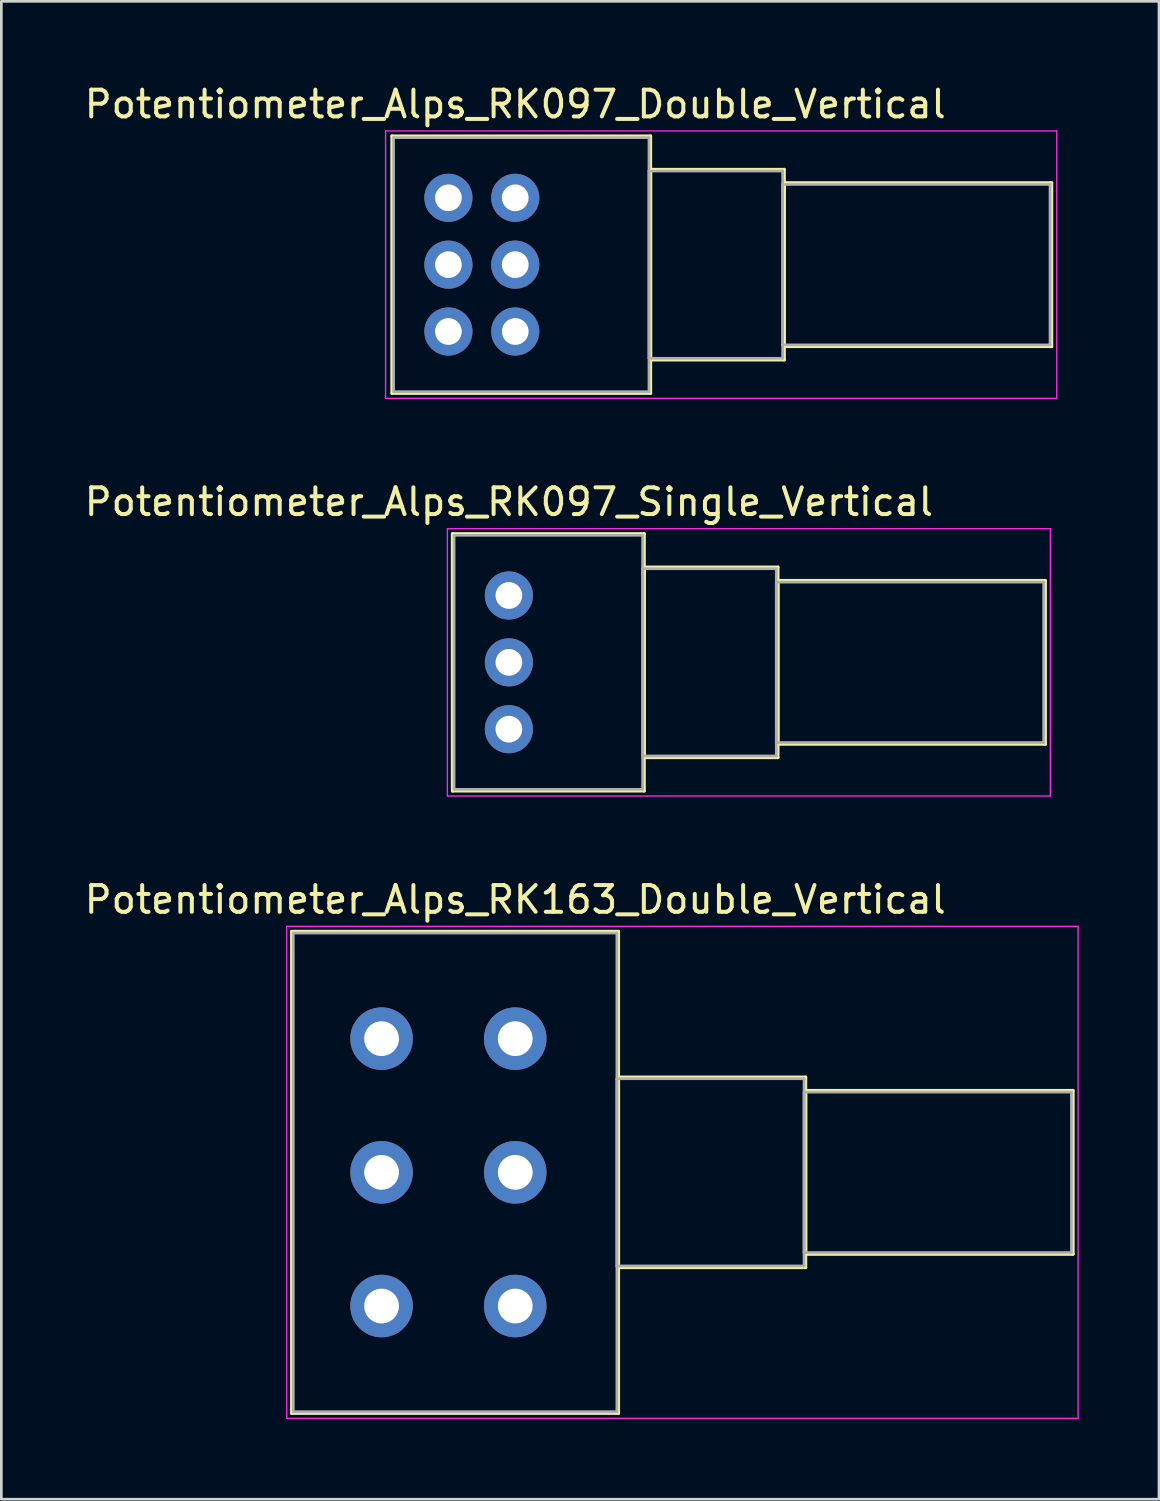
<source format=kicad_pcb>
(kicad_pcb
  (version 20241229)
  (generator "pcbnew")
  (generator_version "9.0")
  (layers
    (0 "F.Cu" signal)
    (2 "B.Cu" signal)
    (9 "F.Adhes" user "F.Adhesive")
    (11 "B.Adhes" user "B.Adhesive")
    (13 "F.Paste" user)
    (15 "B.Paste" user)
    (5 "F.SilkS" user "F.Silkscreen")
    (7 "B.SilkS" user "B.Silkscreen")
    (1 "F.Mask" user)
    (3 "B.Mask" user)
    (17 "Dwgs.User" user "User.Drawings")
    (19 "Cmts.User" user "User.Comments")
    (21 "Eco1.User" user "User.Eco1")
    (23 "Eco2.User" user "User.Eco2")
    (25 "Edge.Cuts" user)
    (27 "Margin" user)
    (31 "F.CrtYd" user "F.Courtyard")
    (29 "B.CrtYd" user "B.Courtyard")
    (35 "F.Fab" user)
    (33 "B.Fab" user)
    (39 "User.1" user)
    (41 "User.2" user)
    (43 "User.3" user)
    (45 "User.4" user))
  (footprint "Potentiometer_Alps_RK163_Double_Vertical"
    (layer "F.Cu")
    (at 16.22 45.795)
    (property "Reference" "Potentiometer_Alps_RK163_Double_Vertical" (at 0 -15.2 0) (layer "F.SilkS") (effects (font (size 1 1) (thickness 0.15))))
    (attr through_hole)
    (fp_line (start -8.361 -14.01) (end -8.361 4.011) (stroke (width 0.12) (type solid)) (layer "F.SilkS"))
    (fp_line (start -8.361 -14.01) (end 3.86 -14.01) (stroke (width 0.12) (type solid)) (layer "F.SilkS"))
    (fp_line (start -8.361 4.011) (end 3.86 4.011) (stroke (width 0.12) (type solid)) (layer "F.SilkS"))
    (fp_line (start 3.86 -14.01) (end 3.86 4.011) (stroke (width 0.12) (type solid)) (layer "F.SilkS"))
    (fp_line (start 3.86 -8.56) (end 3.86 -1.44) (stroke (width 0.12) (type solid)) (layer "F.SilkS"))
    (fp_line (start 3.86 -8.56) (end 10.86 -8.56) (stroke (width 0.12) (type solid)) (layer "F.SilkS"))
    (fp_line (start 3.86 -1.44) (end 10.86 -1.44) (stroke (width 0.12) (type solid)) (layer "F.SilkS"))
    (fp_line (start 10.86 -8.56) (end 10.86 -1.44) (stroke (width 0.12) (type solid)) (layer "F.SilkS"))
    (fp_line (start 10.86 -8.06) (end 10.86 -1.94) (stroke (width 0.12) (type solid)) (layer "F.SilkS"))
    (fp_line (start 10.86 -8.06) (end 20.86 -8.06) (stroke (width 0.12) (type solid)) (layer "F.SilkS"))
    (fp_line (start 10.86 -1.94) (end 20.86 -1.94) (stroke (width 0.12) (type solid)) (layer "F.SilkS"))
    (fp_line (start 20.86 -8.06) (end 20.86 -1.94) (stroke (width 0.12) (type solid)) (layer "F.SilkS"))
    (fp_line (start -8.55 -14.2) (end -8.55 4.2) (stroke (width 0.05) (type solid)) (layer "F.CrtYd"))
    (fp_line (start -8.55 4.2) (end 21.05 4.2) (stroke (width 0.05) (type solid)) (layer "F.CrtYd"))
    (fp_line (start 21.05 -14.2) (end -8.55 -14.2) (stroke (width 0.05) (type solid)) (layer "F.CrtYd"))
    (fp_line (start 21.05 4.2) (end 21.05 -14.2) (stroke (width 0.05) (type solid)) (layer "F.CrtYd"))
    (fp_line (start -8.3 -13.95) (end -8.3 3.95) (stroke (width 0.1) (type solid)) (layer "F.Fab"))
    (fp_line (start -8.3 3.95) (end 3.8 3.95) (stroke (width 0.1) (type solid)) (layer "F.Fab"))
    (fp_line (start 3.8 -13.95) (end -8.3 -13.95) (stroke (width 0.1) (type solid)) (layer "F.Fab"))
    (fp_line (start 3.8 -8.5) (end 3.8 -1.5) (stroke (width 0.1) (type solid)) (layer "F.Fab"))
    (fp_line (start 3.8 -1.5) (end 10.8 -1.5) (stroke (width 0.1) (type solid)) (layer "F.Fab"))
    (fp_line (start 3.8 3.95) (end 3.8 -13.95) (stroke (width 0.1) (type solid)) (layer "F.Fab"))
    (fp_line (start 10.8 -8.5) (end 3.8 -8.5) (stroke (width 0.1) (type solid)) (layer "F.Fab"))
    (fp_line (start 10.8 -8) (end 10.8 -2) (stroke (width 0.1) (type solid)) (layer "F.Fab"))
    (fp_line (start 10.8 -2) (end 20.8 -2) (stroke (width 0.1) (type solid)) (layer "F.Fab"))
    (fp_line (start 10.8 -1.5) (end 10.8 -8.5) (stroke (width 0.1) (type solid)) (layer "F.Fab"))
    (fp_line (start 20.8 -8) (end 10.8 -8) (stroke (width 0.1) (type solid)) (layer "F.Fab"))
    (fp_line (start 20.8 -2) (end 20.8 -8) (stroke (width 0.1) (type solid)) (layer "F.Fab"))
    (pad "1" thru_hole circle (at 0 0) (size 2.34 2.34) (drill 1.3) (layers "*.Cu" "*.Mask"))
    (pad "2" thru_hole circle (at 0 -5) (size 2.34 2.34) (drill 1.3) (layers "*.Cu" "*.Mask"))
    (pad "3" thru_hole circle (at 0 -10) (size 2.34 2.34) (drill 1.3) (layers "*.Cu" "*.Mask"))
    (pad "4" thru_hole circle (at -5 0) (size 2.34 2.34) (drill 1.3) (layers "*.Cu" "*.Mask"))
    (pad "5" thru_hole circle (at -5 -5) (size 2.34 2.34) (drill 1.3) (layers "*.Cu" "*.Mask"))
    (pad "6" thru_hole circle (at -5 -10) (size 2.34 2.34) (drill 1.3) (layers "*.Cu" "*.Mask")))
  (footprint "Potentiometer_Alps_RK097_Double_Vertical"
    (layer "F.Cu")
    (at 16.22 9.348)
    (property "Reference" "Potentiometer_Alps_RK097_Double_Vertical" (at 0 -8.5 0) (layer "F.SilkS") (effects (font (size 1 1) (thickness 0.15))))
    (attr through_hole)
    (fp_line (start -4.61 -7.31) (end -4.61 2.31) (stroke (width 0.12) (type solid)) (layer "F.SilkS"))
    (fp_line (start -4.61 -7.31) (end 5.06 -7.31) (stroke (width 0.12) (type solid)) (layer "F.SilkS"))
    (fp_line (start -4.61 2.31) (end 5.06 2.31) (stroke (width 0.12) (type solid)) (layer "F.SilkS"))
    (fp_line (start 5.06 -7.31) (end 5.06 2.31) (stroke (width 0.12) (type solid)) (layer "F.SilkS"))
    (fp_line (start 5.06 -6.06) (end 5.06 1.06) (stroke (width 0.12) (type solid)) (layer "F.SilkS"))
    (fp_line (start 5.06 -6.06) (end 10.06 -6.06) (stroke (width 0.12) (type solid)) (layer "F.SilkS"))
    (fp_line (start 5.06 1.06) (end 10.06 1.06) (stroke (width 0.12) (type solid)) (layer "F.SilkS"))
    (fp_line (start 10.06 -6.06) (end 10.06 1.06) (stroke (width 0.12) (type solid)) (layer "F.SilkS"))
    (fp_line (start 10.06 -5.56) (end 10.06 0.56) (stroke (width 0.12) (type solid)) (layer "F.SilkS"))
    (fp_line (start 10.06 -5.56) (end 20.06 -5.56) (stroke (width 0.12) (type solid)) (layer "F.SilkS"))
    (fp_line (start 10.06 0.56) (end 20.06 0.56) (stroke (width 0.12) (type solid)) (layer "F.SilkS"))
    (fp_line (start 20.06 -5.56) (end 20.06 0.56) (stroke (width 0.12) (type solid)) (layer "F.SilkS"))
    (fp_line (start -4.85 -7.5) (end -4.85 2.5) (stroke (width 0.05) (type solid)) (layer "F.CrtYd"))
    (fp_line (start -4.85 2.5) (end 20.25 2.5) (stroke (width 0.05) (type solid)) (layer "F.CrtYd"))
    (fp_line (start 20.25 -7.5) (end -4.85 -7.5) (stroke (width 0.05) (type solid)) (layer "F.CrtYd"))
    (fp_line (start 20.25 2.5) (end 20.25 -7.5) (stroke (width 0.05) (type solid)) (layer "F.CrtYd"))
    (fp_line (start -4.55 -7.25) (end -4.55 2.25) (stroke (width 0.1) (type solid)) (layer "F.Fab"))
    (fp_line (start -4.55 2.25) (end 5 2.25) (stroke (width 0.1) (type solid)) (layer "F.Fab"))
    (fp_line (start 5 -7.25) (end -4.55 -7.25) (stroke (width 0.1) (type solid)) (layer "F.Fab"))
    (fp_line (start 5 -6) (end 5 1) (stroke (width 0.1) (type solid)) (layer "F.Fab"))
    (fp_line (start 5 1) (end 10 1) (stroke (width 0.1) (type solid)) (layer "F.Fab"))
    (fp_line (start 5 2.25) (end 5 -7.25) (stroke (width 0.1) (type solid)) (layer "F.Fab"))
    (fp_line (start 10 -6) (end 5 -6) (stroke (width 0.1) (type solid)) (layer "F.Fab"))
    (fp_line (start 10 -5.5) (end 10 0.5) (stroke (width 0.1) (type solid)) (layer "F.Fab"))
    (fp_line (start 10 0.5) (end 20 0.5) (stroke (width 0.1) (type solid)) (layer "F.Fab"))
    (fp_line (start 10 1) (end 10 -6) (stroke (width 0.1) (type solid)) (layer "F.Fab"))
    (fp_line (start 20 -5.5) (end 10 -5.5) (stroke (width 0.1) (type solid)) (layer "F.Fab"))
    (fp_line (start 20 0.5) (end 20 -5.5) (stroke (width 0.1) (type solid)) (layer "F.Fab"))
    (pad "1" thru_hole circle (at 0 0) (size 1.8 1.8) (drill 1) (layers "*.Cu" "*.Mask"))
    (pad "2" thru_hole circle (at 0 -2.5) (size 1.8 1.8) (drill 1) (layers "*.Cu" "*.Mask"))
    (pad "3" thru_hole circle (at 0 -5) (size 1.8 1.8) (drill 1) (layers "*.Cu" "*.Mask"))
    (pad "4" thru_hole circle (at -2.5 0) (size 1.8 1.8) (drill 1) (layers "*.Cu" "*.Mask"))
    (pad "5" thru_hole circle (at -2.5 -2.5) (size 1.8 1.8) (drill 1) (layers "*.Cu" "*.Mask"))
    (pad "6" thru_hole circle (at -2.5 -5) (size 1.8 1.8) (drill 1) (layers "*.Cu" "*.Mask")))
  (footprint "Potentiometer_Alps_RK097_Single_Vertical"
    (layer "F.Cu")
    (at 15.982 24.221)
    (property "Reference" "Potentiometer_Alps_RK097_Single_Vertical" (at 0 -8.5 0) (layer "F.SilkS") (effects (font (size 1 1) (thickness 0.15))))
    (attr through_hole)
    (fp_line (start -2.11 -7.31) (end -2.11 2.31) (stroke (width 0.12) (type solid)) (layer "F.SilkS"))
    (fp_line (start -2.11 -7.31) (end 5.06 -7.31) (stroke (width 0.12) (type solid)) (layer "F.SilkS"))
    (fp_line (start -2.11 2.31) (end 5.06 2.31) (stroke (width 0.12) (type solid)) (layer "F.SilkS"))
    (fp_line (start 5.06 -7.31) (end 5.06 2.31) (stroke (width 0.12) (type solid)) (layer "F.SilkS"))
    (fp_line (start 5.06 -6.06) (end 5.06 1.06) (stroke (width 0.12) (type solid)) (layer "F.SilkS"))
    (fp_line (start 5.06 -6.06) (end 10.06 -6.06) (stroke (width 0.12) (type solid)) (layer "F.SilkS"))
    (fp_line (start 5.06 1.06) (end 10.06 1.06) (stroke (width 0.12) (type solid)) (layer "F.SilkS"))
    (fp_line (start 10.06 -6.06) (end 10.06 1.06) (stroke (width 0.12) (type solid)) (layer "F.SilkS"))
    (fp_line (start 10.06 -5.56) (end 10.06 0.56) (stroke (width 0.12) (type solid)) (layer "F.SilkS"))
    (fp_line (start 10.06 -5.56) (end 20.061 -5.56) (stroke (width 0.12) (type solid)) (layer "F.SilkS"))
    (fp_line (start 10.06 0.56) (end 20.061 0.56) (stroke (width 0.12) (type solid)) (layer "F.SilkS"))
    (fp_line (start 20.061 -5.56) (end 20.061 0.56) (stroke (width 0.12) (type solid)) (layer "F.SilkS"))
    (fp_line (start -2.3 -7.5) (end -2.3 2.5) (stroke (width 0.05) (type solid)) (layer "F.CrtYd"))
    (fp_line (start -2.3 2.5) (end 20.25 2.5) (stroke (width 0.05) (type solid)) (layer "F.CrtYd"))
    (fp_line (start 20.25 -7.5) (end -2.3 -7.5) (stroke (width 0.05) (type solid)) (layer "F.CrtYd"))
    (fp_line (start 20.25 2.5) (end 20.25 -7.5) (stroke (width 0.05) (type solid)) (layer "F.CrtYd"))
    (fp_line (start -2.05 -7.25) (end -2.05 2.25) (stroke (width 0.1) (type solid)) (layer "F.Fab"))
    (fp_line (start -2.05 2.25) (end 5 2.25) (stroke (width 0.1) (type solid)) (layer "F.Fab"))
    (fp_line (start 5 -7.25) (end -2.05 -7.25) (stroke (width 0.1) (type solid)) (layer "F.Fab"))
    (fp_line (start 5 -6) (end 5 1) (stroke (width 0.1) (type solid)) (layer "F.Fab"))
    (fp_line (start 5 1) (end 10 1) (stroke (width 0.1) (type solid)) (layer "F.Fab"))
    (fp_line (start 5 2.25) (end 5 -7.25) (stroke (width 0.1) (type solid)) (layer "F.Fab"))
    (fp_line (start 10 -6) (end 5 -6) (stroke (width 0.1) (type solid)) (layer "F.Fab"))
    (fp_line (start 10 -5.5) (end 10 0.5) (stroke (width 0.1) (type solid)) (layer "F.Fab"))
    (fp_line (start 10 0.5) (end 20 0.5) (stroke (width 0.1) (type solid)) (layer "F.Fab"))
    (fp_line (start 10 1) (end 10 -6) (stroke (width 0.1) (type solid)) (layer "F.Fab"))
    (fp_line (start 20 -5.5) (end 10 -5.5) (stroke (width 0.1) (type solid)) (layer "F.Fab"))
    (fp_line (start 20 0.5) (end 20 -5.5) (stroke (width 0.1) (type solid)) (layer "F.Fab"))
    (pad "1" thru_hole circle (at 0 0) (size 1.8 1.8) (drill 1) (layers "*.Cu" "*.Mask"))
    (pad "2" thru_hole circle (at 0 -2.5) (size 1.8 1.8) (drill 1) (layers "*.Cu" "*.Mask"))
    (pad "3" thru_hole circle (at 0 -5) (size 1.8 1.8) (drill 1) (layers "*.Cu" "*.Mask")))
  (gr_rect
    (start -3 -3)
    (end 40.295 53.02)
    (stroke (width 0.1) (type default))
    (fill no)
    (layer "Edge.Cuts")))
</source>
